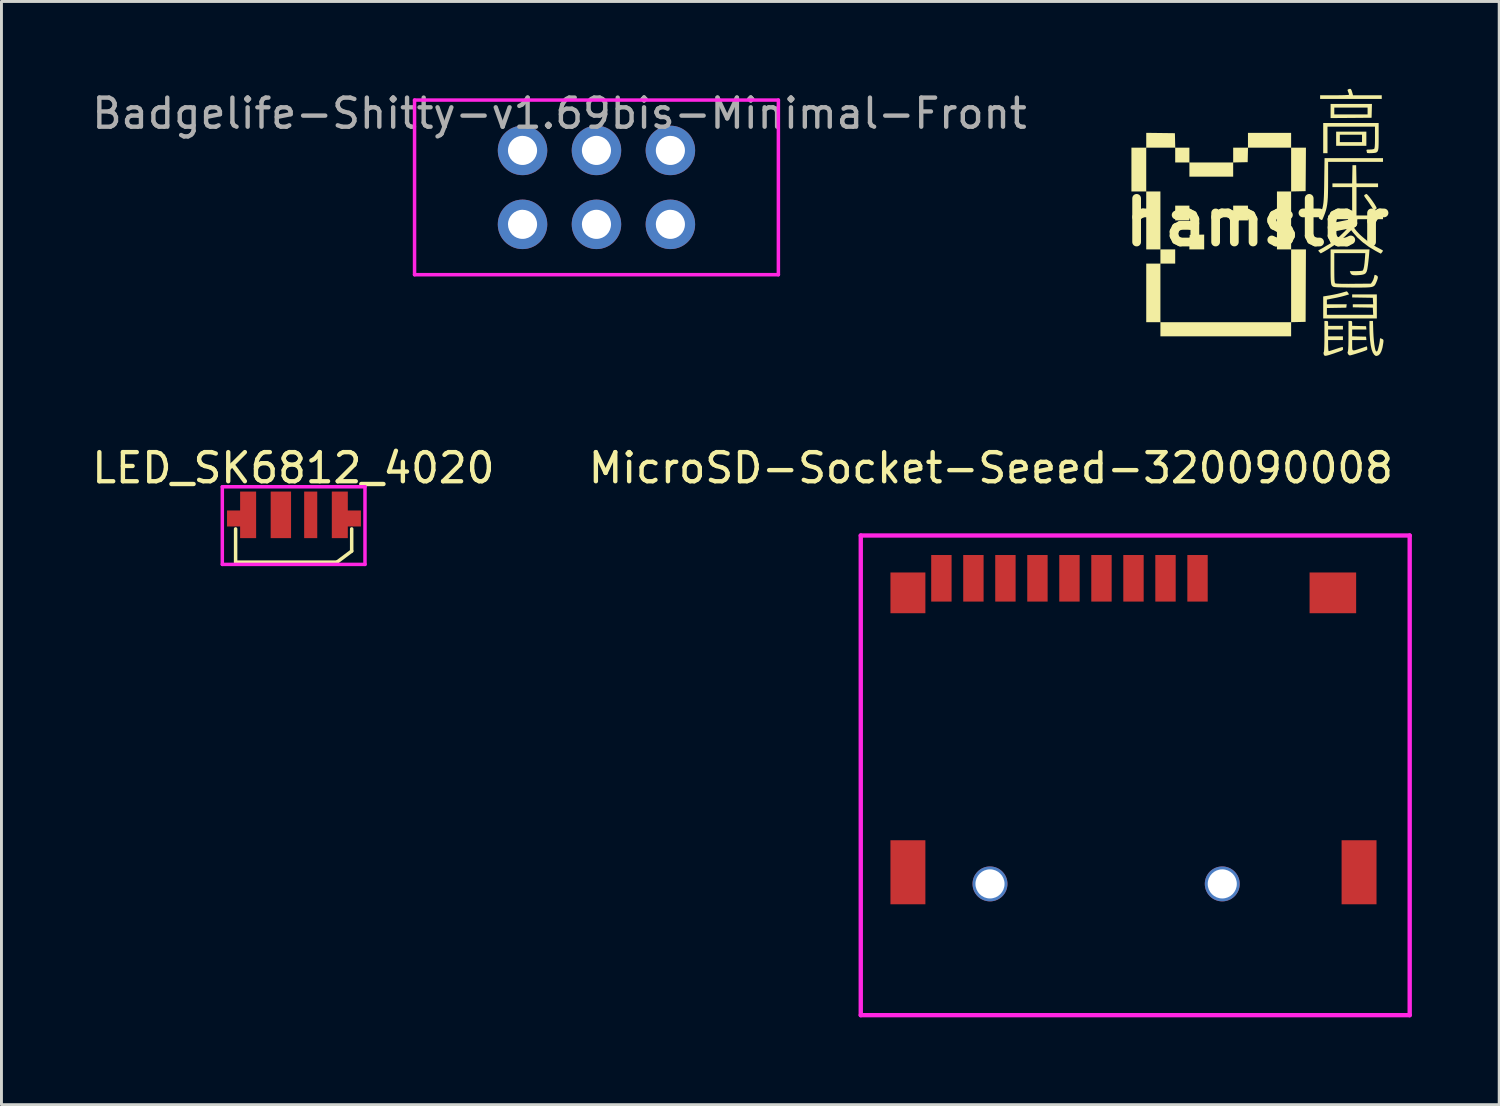
<source format=kicad_pcb>
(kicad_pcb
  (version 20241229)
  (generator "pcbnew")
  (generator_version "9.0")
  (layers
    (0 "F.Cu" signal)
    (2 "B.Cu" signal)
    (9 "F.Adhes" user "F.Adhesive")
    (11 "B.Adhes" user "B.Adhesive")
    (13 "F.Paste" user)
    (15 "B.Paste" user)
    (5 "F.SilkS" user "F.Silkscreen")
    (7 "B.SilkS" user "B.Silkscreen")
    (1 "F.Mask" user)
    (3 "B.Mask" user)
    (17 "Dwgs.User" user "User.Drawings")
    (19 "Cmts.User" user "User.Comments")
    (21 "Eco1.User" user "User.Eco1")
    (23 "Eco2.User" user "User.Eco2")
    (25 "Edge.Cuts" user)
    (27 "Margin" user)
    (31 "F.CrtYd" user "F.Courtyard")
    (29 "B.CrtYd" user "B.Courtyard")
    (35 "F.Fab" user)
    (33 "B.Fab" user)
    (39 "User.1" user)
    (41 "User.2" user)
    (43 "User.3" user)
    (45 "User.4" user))
  (footprint "Badgelife-Shitty-v1.69bis-Minimal-Front"
    (layer "F.Cu")
    (at 17.443 3.388)
    (property "Reference" "Badgelife-Shitty-v1.69bis-Minimal-Front" (at -1.27 -2.54 0) (layer "F.Fab") (effects (font (size 1 1) (thickness 0.15))))
    (attr through_hole)
    (fp_line (start -6.25 -3) (end 6.25 -3) (stroke (width 0.12) (type solid)) (layer "F.CrtYd"))
    (fp_line (start -6.25 3) (end -6.25 -3) (stroke (width 0.12) (type solid)) (layer "F.CrtYd"))
    (fp_line (start -6.25 3) (end 6.25 3) (stroke (width 0.12) (type solid)) (layer "F.CrtYd"))
    (fp_line (start 6.25 3) (end 6.25 -3) (stroke (width 0.12) (type solid)) (layer "F.CrtYd"))
    (pad "1" thru_hole oval (at -2.54 -1.27) (size 1.7 1.7) (drill 1) (layers "*.Cu" "B.Mask"))
    (pad "2" thru_hole oval (at -2.54 1.27) (size 1.7 1.7) (drill 1) (layers "*.Cu" "B.Mask"))
    (pad "3" thru_hole circle (at 0 -1.27) (size 1.7 1.7) (drill 1) (layers "*.Cu" "B.Mask"))
    (pad "4" thru_hole oval (at 0 1.27) (size 1.7 1.7) (drill 1) (layers "*.Cu" "B.Mask"))
    (pad "5" thru_hole circle (at 2.54 -1.27) (size 1.7 1.7) (drill 1) (layers "*.Cu" "B.Mask"))
    (pad "6" thru_hole oval (at 2.54 1.27) (size 1.7 1.7) (drill 1) (layers "*.Cu" "B.Mask")))
  (footprint "MicroSD-Socket-Seeed-320090008"
    (layer "F.Cu")
    (at 35.894 27.319)
    (property "Reference" "MicroSD-Socket-Seeed-320090008" (at -4.9 -14.29 180) (layer "F.SilkS") (effects (font (size 1 1) (thickness 0.15))))
    (attr smd)
    (fp_line (start -9.37 -11.97) (end 9.49 -11.97) (stroke (width 0.15) (type solid)) (layer "F.CrtYd"))
    (fp_line (start -9.37 4.51) (end 9.49 4.51) (stroke (width 0.15) (type solid)) (layer "F.CrtYd"))
    (fp_line (start -9.37 -11.97) (end -9.37 4.51) (stroke (width 0.15) (type solid)) (layer "F.CrtYd"))
    (fp_line (start 9.49 -11.97) (end 9.49 4.51) (stroke (width 0.15) (type solid)) (layer "F.CrtYd"))
    (pad "" np_thru_hole circle (at -4.93 0) (size 1.2 1.2) (drill 1) (layers "*.Cu" "*.Mask"))
    (pad "" np_thru_hole circle (at 3.05 0) (size 1.2 1.2) (drill 1) (layers "*.Cu" "*.Mask"))
    (pad "1" smd rect (at 2.2 -10.5) (size 0.7 1.6) (layers "F.Cu" "F.Mask" "F.Paste"))
    (pad "2" smd rect (at 1.1 -10.5) (size 0.7 1.6) (layers "F.Cu" "F.Mask" "F.Paste"))
    (pad "3" smd rect (at 0 -10.5) (size 0.7 1.6) (layers "F.Cu" "F.Mask" "F.Paste"))
    (pad "4" smd rect (at -1.1 -10.5) (size 0.7 1.6) (layers "F.Cu" "F.Mask" "F.Paste"))
    (pad "5" smd rect (at -2.2 -10.5) (size 0.7 1.6) (layers "F.Cu" "F.Mask" "F.Paste"))
    (pad "6" smd rect (at -3.3 -10.5) (size 0.7 1.6) (layers "F.Cu" "F.Mask" "F.Paste"))
    (pad "7" smd rect (at -4.4 -10.5) (size 0.7 1.6) (layers "F.Cu" "F.Mask" "F.Paste"))
    (pad "8" smd rect (at -5.5 -10.5) (size 0.7 1.6) (layers "F.Cu" "F.Mask" "F.Paste"))
    (pad "9" smd rect (at -6.6 -10.5) (size 0.7 1.6) (layers "F.Cu" "F.Mask" "F.Paste"))
    (pad "10" smd rect (at -7.75 -10) (size 1.2 1.4) (layers "F.Cu" "F.Mask" "F.Paste"))
    (pad "10" smd rect (at -7.75 -0.4) (size 1.2 2.2) (layers "F.Cu" "F.Mask" "F.Paste"))
    (pad "10" smd rect (at 6.85 -10) (size 1.6 1.4) (layers "F.Cu" "F.Mask" "F.Paste"))
    (pad "10" smd rect (at 7.75 -0.4) (size 1.2 2.2) (layers "F.Cu" "F.Mask" "F.Paste")))
  (footprint "LED_SK6812_4020"
    (layer "F.Cu")
    (at 7.075 15.439)
    (property "Reference" "LED_SK6812_4020" (at -0.045 -2.41 0) (layer "F.SilkS") (effects (font (size 1 1) (thickness 0.15))))
    (attr smd)
    (fp_line (start -2.03 0.826) (end -2.03 -0.317) (stroke (width 0.12) (type solid)) (layer "F.SilkS"))
    (fp_line (start 1.45 0.826) (end -2.03 0.826) (stroke (width 0.12) (type solid)) (layer "F.SilkS"))
    (fp_line (start 1.958 -0.317) (end 1.958 0.445) (stroke (width 0.12) (type solid)) (layer "F.SilkS"))
    (fp_line (start 1.958 0.445) (end 1.45 0.826) (stroke (width 0.12) (type default)) (layer "F.SilkS"))
    (fp_line (start -2.487 -1.765) (end -2.487 0.902) (stroke (width 0.12) (type default)) (layer "F.CrtYd"))
    (fp_line (start -2.487 0.902) (end 2.415 0.902) (stroke (width 0.12) (type default)) (layer "F.CrtYd"))
    (fp_line (start 2.415 -1.765) (end -2.487 -1.765) (stroke (width 0.12) (type default)) (layer "F.CrtYd"))
    (fp_line (start 2.415 0.902) (end 2.415 -1.765) (stroke (width 0.12) (type default)) (layer "F.CrtYd"))
    (pad "1" smd custom (at -1.6 -0.8) (size 0.55 1.6) (layers "F.Cu" "F.Mask" "F.Paste") (options (anchor rect)) (primitives (gr_poly (pts (xy 0.275 -0.8) (xy -0.275 -0.8) (xy -0.275 -0.15) (xy -0.725 -0.15) (xy -0.725 0.4) (xy -0.275 0.4) (xy -0.275 0.8) (xy 0.275 0.8)) (width 0) (fill yes))))
    (pad "2" smd rect (at -0.475 -0.8) (size 0.7 1.6) (layers "F.Cu" "F.Mask" "F.Paste"))
    (pad "3" smd rect (at 0.55 -0.8) (size 0.45 1.6) (layers "F.Cu" "F.Mask" "F.Paste"))
    (pad "4" smd custom (at 1.55 -0.8) (size 0.55 1.6) (layers "F.Cu" "F.Mask" "F.Paste") (options (anchor rect)) (primitives (gr_poly (pts (xy -0.275 -0.8) (xy 0.275 -0.8) (xy 0.275 -0.15) (xy 0.725 -0.15) (xy 0.725 0.4) (xy 0.275 0.4) (xy 0.275 0.8) (xy -0.275 0.8)) (width 0) (fill yes)))))
  (footprint "hamster"
    (layer "F.Cu")
    (at 40.145 4.587)
    (property "Reference" "hamster" (at 0 0 0) (layer "F.SilkS") (effects (font (size 1.5 1.5) (thickness 0.3))))
    (attr board_only exclude_from_pos_files exclude_from_bom allow_missing_courtyard)
    (fp_poly (pts (xy -3.326 -0.064) (xy -3.326 0.932) (xy -3.57 0.932) (xy -3.813 0.932) (xy -3.813 -0.064) (xy -3.813 -1.059) (xy -3.57 -1.059) (xy -3.326 -1.059)) (stroke (width 0) (type solid)) (fill yes) (layer "F.SilkS"))
    (fp_poly (pts (xy -2.33 -0.318) (xy -2.33 -0.064) (xy -2.574 -0.064) (xy -2.818 -0.064) (xy -2.818 -0.318) (xy -2.818 -0.572) (xy -2.574 -0.572) (xy -2.33 -0.572)) (stroke (width 0) (type solid)) (fill yes) (layer "F.SilkS"))
    (fp_poly (pts (xy -1.822 0.677) (xy -1.822 0.932) (xy -2.077 0.932) (xy -2.332 0.932) (xy -2.326 0.683) (xy -2.32 0.434) (xy -2.071 0.428) (xy -1.822 0.422)) (stroke (width 0) (type solid)) (fill yes) (layer "F.SilkS"))
    (fp_poly (pts (xy -0.318 -0.318) (xy -0.318 -0.064) (xy -0.572 -0.064) (xy -0.826 -0.064) (xy -0.826 -0.318) (xy -0.826 -0.572) (xy -0.572 -0.572) (xy -0.318 -0.572)) (stroke (width 0) (type solid)) (fill yes) (layer "F.SilkS"))
    (fp_poly (pts (xy 1.669 -1.817) (xy 1.663 -1.07) (xy 1.414 -1.064) (xy 1.165 -1.058) (xy 1.165 -0.063) (xy 1.165 0.932) (xy 0.922 0.932) (xy 0.678 0.932) (xy 0.678 -0.064) (xy 0.678 -1.059) (xy 0.922 -1.059) (xy 1.165 -1.059) (xy 1.165 -1.811) (xy 1.165 -2.563) (xy 1.42 -2.563) (xy 1.674 -2.563)) (stroke (width 0) (type solid)) (fill yes) (layer "F.SilkS"))
    (fp_poly (pts (xy 3.75 -2.87) (xy 3.75 -2.627) (xy 3.231 -2.627) (xy 2.712 -2.627) (xy 2.712 -2.87) (xy 2.712 -3.008) (xy 2.839 -3.008) (xy 2.839 -2.881) (xy 2.839 -2.754) (xy 3.22 -2.754) (xy 3.601 -2.754) (xy 3.601 -2.881) (xy 3.601 -3.008) (xy 3.22 -3.008) (xy 2.839 -3.008) (xy 2.712 -3.008) (xy 2.712 -3.114) (xy 3.231 -3.114) (xy 3.75 -3.114)) (stroke (width 0) (type solid)) (fill yes) (layer "F.SilkS"))
    (fp_poly (pts (xy 3.936 -3.829) (xy 3.93 -3.591) (xy 3.225 -3.585) (xy 2.521 -3.58) (xy 2.521 -3.823) (xy 2.521 -3.94) (xy 2.648 -3.94) (xy 2.648 -3.824) (xy 2.648 -3.707) (xy 3.22 -3.707) (xy 3.792 -3.707) (xy 3.792 -3.824) (xy 3.792 -3.94) (xy 3.22 -3.94) (xy 2.648 -3.94) (xy 2.521 -3.94) (xy 2.521 -4.067) (xy 3.231 -4.067) (xy 3.942 -4.067)) (stroke (width 0) (type solid)) (fill yes) (layer "F.SilkS"))
    (fp_poly (pts (xy 3.777 -0.958) (xy 3.819 -0.913) (xy 3.872 -0.848) (xy 3.931 -0.77) (xy 3.988 -0.689) (xy 4.04 -0.61) (xy 4.079 -0.544) (xy 4.102 -0.497) (xy 4.104 -0.48) (xy 4.082 -0.453) (xy 4.054 -0.43) (xy 4.029 -0.418) (xy 4.008 -0.423) (xy 3.982 -0.451) (xy 3.945 -0.508) (xy 3.933 -0.527) (xy 3.878 -0.611) (xy 3.813 -0.707) (xy 3.756 -0.784) (xy 3.707 -0.851) (xy 3.681 -0.893) (xy 3.674 -0.918) (xy 3.684 -0.936) (xy 3.697 -0.945) (xy 3.734 -0.968) (xy 3.751 -0.974)) (stroke (width 0) (type solid)) (fill yes) (layer "F.SilkS"))
    (fp_poly (pts (xy 3.217 -4.577) (xy 3.24 -4.539) (xy 3.263 -4.468) (xy 3.267 -4.454) (xy 3.292 -4.364) (xy 3.786 -4.364) (xy 4.279 -4.364) (xy 4.279 -4.3) (xy 4.279 -4.237) (xy 3.22 -4.237) (xy 2.161 -4.237) (xy 2.161 -4.3) (xy 2.161 -4.364) (xy 2.659 -4.364) (xy 2.799 -4.365) (xy 2.924 -4.367) (xy 3.027 -4.37) (xy 3.104 -4.374) (xy 3.148 -4.379) (xy 3.156 -4.383) (xy 3.149 -4.413) (xy 3.13 -4.464) (xy 3.124 -4.478) (xy 3.105 -4.528) (xy 3.106 -4.554) (xy 3.131 -4.57) (xy 3.149 -4.577) (xy 3.189 -4.587)) (stroke (width 0) (type solid)) (fill yes) (layer "F.SilkS"))
    (fp_poly (pts (xy -2.818 1.176) (xy -2.818 1.419) (xy -3.072 1.419) (xy -3.326 1.419) (xy -3.326 2.426) (xy -3.326 3.432) (xy -1.08 3.432) (xy 1.165 3.432) (xy 1.165 2.182) (xy 1.165 0.932) (xy 1.42 0.932) (xy 1.674 0.932) (xy 1.668 2.177) (xy 1.663 3.421) (xy 1.414 3.427) (xy 1.165 3.433) (xy 1.165 3.676) (xy 1.165 3.919) (xy -1.08 3.919) (xy -3.326 3.919) (xy -3.326 3.675) (xy -3.326 3.432) (xy -3.57 3.432) (xy -3.813 3.432) (xy -3.813 2.426) (xy -3.813 1.419) (xy -3.57 1.419) (xy -3.326 1.419) (xy -3.326 1.176) (xy -3.326 0.932) (xy -3.072 0.932) (xy -2.818 0.932)) (stroke (width 0) (type solid)) (fill yes) (layer "F.SilkS"))
    (fp_poly (pts (xy 3.406 -1.647) (xy 3.412 -1.335) (xy 3.782 -1.335) (xy 4.152 -1.335) (xy 4.152 -1.271) (xy 4.152 -1.208) (xy 3.781 -1.208) (xy 3.411 -1.208) (xy 3.411 -0.72) (xy 3.411 -0.233) (xy 3.866 -0.233) (xy 4.322 -0.233) (xy 4.322 -0.169) (xy 4.322 -0.106) (xy 3.379 -0.106) (xy 2.436 -0.106) (xy 2.436 -0.169) (xy 2.436 -0.233) (xy 2.849 -0.233) (xy 3.262 -0.233) (xy 3.262 -0.72) (xy 3.262 -1.208) (xy 2.923 -1.208) (xy 2.584 -1.208) (xy 2.584 -1.271) (xy 2.584 -1.335) (xy 2.923 -1.335) (xy 3.261 -1.335) (xy 3.267 -1.647) (xy 3.273 -1.96) (xy 3.337 -1.96) (xy 3.4 -1.96)) (stroke (width 0) (type solid)) (fill yes) (layer "F.SilkS"))
    (fp_poly (pts (xy 4.322 -2.14) (xy 4.322 -2.076) (xy 3.379 -2.076) (xy 2.436 -2.076) (xy 2.436 -1.433) (xy 2.435 -1.207) (xy 2.432 -1.017) (xy 2.427 -0.859) (xy 2.417 -0.725) (xy 2.404 -0.611) (xy 2.386 -0.51) (xy 2.363 -0.417) (xy 2.334 -0.325) (xy 2.307 -0.253) (xy 2.276 -0.175) (xy 2.249 -0.115) (xy 2.231 -0.08) (xy 2.228 -0.076) (xy 2.202 -0.081) (xy 2.163 -0.104) (xy 2.113 -0.142) (xy 2.17 -0.285) (xy 2.201 -0.364) (xy 2.226 -0.437) (xy 2.247 -0.509) (xy 2.263 -0.585) (xy 2.275 -0.671) (xy 2.284 -0.772) (xy 2.291 -0.894) (xy 2.296 -1.041) (xy 2.3 -1.219) (xy 2.303 -1.434) (xy 2.303 -1.456) (xy 2.313 -2.203) (xy 3.317 -2.203) (xy 4.322 -2.203)) (stroke (width 0) (type solid)) (fill yes) (layer "F.SilkS"))
    (fp_poly (pts (xy 4.173 -2.947) (xy 4.173 -2.779) (xy 4.171 -2.648) (xy 4.166 -2.551) (xy 4.154 -2.48) (xy 4.135 -2.433) (xy 4.105 -2.404) (xy 4.064 -2.388) (xy 4.009 -2.381) (xy 3.937 -2.376) (xy 3.932 -2.376) (xy 3.855 -2.374) (xy 3.799 -2.377) (xy 3.771 -2.384) (xy 3.771 -2.386) (xy 3.765 -2.42) (xy 3.757 -2.452) (xy 3.753 -2.479) (xy 3.764 -2.493) (xy 3.799 -2.499) (xy 3.868 -2.5) (xy 3.87 -2.5) (xy 3.942 -2.504) (xy 3.998 -2.514) (xy 4.021 -2.525) (xy 4.031 -2.553) (xy 4.039 -2.613) (xy 4.044 -2.709) (xy 4.046 -2.844) (xy 4.046 -2.917) (xy 4.046 -3.284) (xy 3.231 -3.284) (xy 2.415 -3.284) (xy 2.415 -2.828) (xy 2.415 -2.373) (xy 2.341 -2.373) (xy 2.267 -2.373) (xy 2.267 -2.892) (xy 2.267 -3.411) (xy 3.22 -3.411) (xy 4.173 -3.411)) (stroke (width 0) (type solid)) (fill yes) (layer "F.SilkS"))
    (fp_poly (pts (xy 3.988 3.755) (xy 3.996 3.914) (xy 4.008 4.063) (xy 4.023 4.195) (xy 4.041 4.304) (xy 4.06 4.385) (xy 4.081 4.431) (xy 4.088 4.438) (xy 4.114 4.433) (xy 4.127 4.422) (xy 4.141 4.39) (xy 4.159 4.328) (xy 4.178 4.249) (xy 4.196 4.166) (xy 4.209 4.089) (xy 4.215 4.033) (xy 4.216 4.026) (xy 4.218 3.993) (xy 4.233 3.985) (xy 4.271 3.999) (xy 4.29 4.008) (xy 4.323 4.026) (xy 4.337 4.05) (xy 4.337 4.094) (xy 4.332 4.14) (xy 4.304 4.303) (xy 4.266 4.431) (xy 4.219 4.521) (xy 4.165 4.571) (xy 4.161 4.573) (xy 4.105 4.593) (xy 4.065 4.588) (xy 4.022 4.554) (xy 4.015 4.546) (xy 3.97 4.477) (xy 3.931 4.37) (xy 3.9 4.227) (xy 3.877 4.051) (xy 3.862 3.847) (xy 3.856 3.616) (xy 3.856 3.607) (xy 3.856 3.389) (xy 3.916 3.389) (xy 3.977 3.389)) (stroke (width 0) (type solid)) (fill yes) (layer "F.SilkS"))
    (fp_poly (pts (xy 3.279 0.061) (xy 3.29 0.066) (xy 3.328 0.089) (xy 3.329 0.111) (xy 3.323 0.12) (xy 3.318 0.158) (xy 3.349 0.22) (xy 3.415 0.304) (xy 3.515 0.411) (xy 3.578 0.471) (xy 3.82 0.674) (xy 4.085 0.843) (xy 4.179 0.892) (xy 4.247 0.928) (xy 4.298 0.957) (xy 4.321 0.975) (xy 4.322 0.977) (xy 4.309 1.002) (xy 4.285 1.036) (xy 4.247 1.08) (xy 4.069 0.984) (xy 3.84 0.847) (xy 3.629 0.691) (xy 3.444 0.525) (xy 3.293 0.354) (xy 3.23 0.273) (xy 3.027 0.472) (xy 2.852 0.629) (xy 2.649 0.784) (xy 2.433 0.927) (xy 2.294 1.009) (xy 2.183 1.069) (xy 2.136 1.023) (xy 2.106 0.988) (xy 2.098 0.969) (xy 2.098 0.968) (xy 2.12 0.955) (xy 2.17 0.928) (xy 2.237 0.891) (xy 2.256 0.881) (xy 2.54 0.709) (xy 2.791 0.519) (xy 3.015 0.303) (xy 3.179 0.11) (xy 3.216 0.066) (xy 3.245 0.052)) (stroke (width 0) (type solid)) (fill yes) (layer "F.SilkS"))
    (fp_poly (pts (xy -3.321 -3.067) (xy -2.828 -3.061) (xy -2.822 -2.812) (xy -2.816 -2.563) (xy -2.573 -2.563) (xy -2.33 -2.563) (xy -2.33 -2.309) (xy -2.33 -2.055) (xy -1.578 -2.055) (xy -0.826 -2.055) (xy -0.826 -2.309) (xy -0.826 -2.563) (xy -0.572 -2.563) (xy -0.318 -2.563) (xy -0.318 -2.818) (xy -0.318 -3.072) (xy 0.424 -3.072) (xy 1.165 -3.072) (xy 1.165 -2.818) (xy 1.165 -2.563) (xy 0.424 -2.563) (xy -0.316 -2.563) (xy -0.322 -2.314) (xy -0.328 -2.065) (xy -0.577 -2.06) (xy -0.826 -2.054) (xy -0.826 -1.811) (xy -0.826 -1.568) (xy -1.578 -1.568) (xy -2.33 -1.568) (xy -2.33 -1.811) (xy -2.33 -2.055) (xy -2.574 -2.055) (xy -2.818 -2.055) (xy -2.818 -2.309) (xy -2.818 -2.563) (xy -3.315 -2.563) (xy -3.813 -2.563) (xy -3.813 -1.811) (xy -3.813 -1.059) (xy -4.067 -1.059) (xy -4.322 -1.059) (xy -4.322 -1.811) (xy -4.322 -2.563) (xy -4.067 -2.563) (xy -3.813 -2.563) (xy -3.813 -2.818) (xy -3.813 -3.073)) (stroke (width 0) (type solid)) (fill yes) (layer "F.SilkS"))
    (fp_poly (pts (xy 3.096 2.388) (xy 3.122 2.425) (xy 3.156 2.477) (xy 3.019 2.519) (xy 2.94 2.541) (xy 2.835 2.567) (xy 2.719 2.593) (xy 2.638 2.609) (xy 2.394 2.657) (xy 2.394 2.737) (xy 2.394 2.818) (xy 2.734 2.818) (xy 3.075 2.818) (xy 3.068 2.876) (xy 3.061 2.934) (xy 2.727 2.94) (xy 2.394 2.946) (xy 2.394 3.062) (xy 2.394 3.178) (xy 3.189 3.178) (xy 3.985 3.178) (xy 3.978 3.056) (xy 3.972 2.934) (xy 3.628 2.928) (xy 3.284 2.922) (xy 3.284 2.87) (xy 3.284 2.818) (xy 3.634 2.818) (xy 3.985 2.818) (xy 3.978 2.706) (xy 3.972 2.595) (xy 3.617 2.589) (xy 3.262 2.583) (xy 3.262 2.531) (xy 3.262 2.479) (xy 3.686 2.479) (xy 4.11 2.479) (xy 4.11 2.892) (xy 4.11 3.305) (xy 3.188 3.305) (xy 2.267 3.305) (xy 2.267 2.927) (xy 2.267 2.548) (xy 2.494 2.511) (xy 2.613 2.489) (xy 2.739 2.463) (xy 2.852 2.435) (xy 2.897 2.423) (xy 2.977 2.4) (xy 3.04 2.383) (xy 3.076 2.374) (xy 3.08 2.373)) (stroke (width 0) (type solid)) (fill yes) (layer "F.SilkS"))
    (fp_poly (pts (xy 3.24 3.393) (xy 3.258 3.411) (xy 3.262 3.457) (xy 3.262 3.474) (xy 3.262 3.558) (xy 3.501 3.564) (xy 3.739 3.57) (xy 3.746 3.628) (xy 3.752 3.686) (xy 3.507 3.686) (xy 3.262 3.686) (xy 3.262 3.802) (xy 3.262 3.918) (xy 3.501 3.924) (xy 3.739 3.93) (xy 3.746 3.988) (xy 3.752 4.046) (xy 3.507 4.046) (xy 3.262 4.046) (xy 3.262 4.226) (xy 3.263 4.307) (xy 3.267 4.362) (xy 3.282 4.393) (xy 3.314 4.403) (xy 3.369 4.394) (xy 3.453 4.368) (xy 3.553 4.334) (xy 3.767 4.262) (xy 3.781 4.316) (xy 3.782 4.368) (xy 3.767 4.388) (xy 3.733 4.403) (xy 3.668 4.427) (xy 3.583 4.456) (xy 3.487 4.487) (xy 3.39 4.518) (xy 3.301 4.545) (xy 3.23 4.565) (xy 3.186 4.575) (xy 3.18 4.576) (xy 3.145 4.558) (xy 3.116 4.52) (xy 3.102 4.467) (xy 3.113 4.441) (xy 3.121 4.412) (xy 3.127 4.342) (xy 3.132 4.234) (xy 3.134 4.088) (xy 3.135 3.908) (xy 3.135 3.904) (xy 3.135 3.389) (xy 3.199 3.389)) (stroke (width 0) (type solid)) (fill yes) (layer "F.SilkS"))
    (fp_poly (pts (xy 2.413 3.393) (xy 2.432 3.411) (xy 2.436 3.456) (xy 2.436 3.474) (xy 2.436 3.559) (xy 2.69 3.559) (xy 2.945 3.559) (xy 2.945 3.623) (xy 2.945 3.686) (xy 2.69 3.686) (xy 2.436 3.686) (xy 2.436 3.803) (xy 2.436 3.919) (xy 2.69 3.919) (xy 2.945 3.919) (xy 2.945 3.983) (xy 2.945 4.046) (xy 2.69 4.046) (xy 2.436 4.046) (xy 2.436 4.237) (xy 2.439 4.34) (xy 2.446 4.402) (xy 2.458 4.427) (xy 2.461 4.428) (xy 2.49 4.421) (xy 2.55 4.403) (xy 2.631 4.377) (xy 2.707 4.352) (xy 2.796 4.322) (xy 2.87 4.3) (xy 2.919 4.286) (xy 2.936 4.284) (xy 2.944 4.309) (xy 2.949 4.344) (xy 2.949 4.366) (xy 2.939 4.385) (xy 2.911 4.404) (xy 2.861 4.426) (xy 2.781 4.455) (xy 2.7 4.483) (xy 2.567 4.528) (xy 2.468 4.561) (xy 2.398 4.58) (xy 2.351 4.588) (xy 2.321 4.586) (xy 2.303 4.573) (xy 2.291 4.551) (xy 2.287 4.542) (xy 2.276 4.487) (xy 2.287 4.462) (xy 2.295 4.433) (xy 2.301 4.364) (xy 2.305 4.257) (xy 2.308 4.114) (xy 2.309 3.938) (xy 2.309 3.915) (xy 2.309 3.389) (xy 2.373 3.389)) (stroke (width 0) (type solid)) (fill yes) (layer "F.SilkS"))
    (fp_poly (pts (xy 3.844 1.107) (xy 3.835 1.211) (xy 3.821 1.335) (xy 3.807 1.457) (xy 3.802 1.491) (xy 3.783 1.611) (xy 3.76 1.695) (xy 3.727 1.751) (xy 3.676 1.785) (xy 3.602 1.804) (xy 3.502 1.815) (xy 3.387 1.821) (xy 3.307 1.817) (xy 3.254 1.803) (xy 3.221 1.775) (xy 3.203 1.74) (xy 3.181 1.678) (xy 3.393 1.678) (xy 3.485 1.676) (xy 3.561 1.671) (xy 3.612 1.663) (xy 3.626 1.657) (xy 3.65 1.61) (xy 3.671 1.523) (xy 3.688 1.395) (xy 3.699 1.266) (xy 3.714 1.059) (xy 3.181 1.059) (xy 2.648 1.059) (xy 2.648 1.565) (xy 2.649 1.732) (xy 2.65 1.86) (xy 2.653 1.956) (xy 2.658 2.023) (xy 2.664 2.066) (xy 2.672 2.089) (xy 2.677 2.095) (xy 2.702 2.103) (xy 2.758 2.108) (xy 2.848 2.112) (xy 2.973 2.114) (xy 3.136 2.115) (xy 3.306 2.113) (xy 3.907 2.108) (xy 3.954 2.038) (xy 3.989 1.969) (xy 4.013 1.891) (xy 4.015 1.885) (xy 4.025 1.828) (xy 4.037 1.806) (xy 4.063 1.81) (xy 4.1 1.826) (xy 4.133 1.849) (xy 4.146 1.883) (xy 4.139 1.935) (xy 4.113 2.013) (xy 4.087 2.075) (xy 4.066 2.121) (xy 4.044 2.158) (xy 4.017 2.187) (xy 3.979 2.209) (xy 3.927 2.224) (xy 3.855 2.234) (xy 3.759 2.24) (xy 3.633 2.243) (xy 3.475 2.244) (xy 3.302 2.244) (xy 3.143 2.242) (xy 2.995 2.24) (xy 2.865 2.237) (xy 2.758 2.233) (xy 2.68 2.228) (xy 2.638 2.223) (xy 2.636 2.223) (xy 2.604 2.211) (xy 2.579 2.195) (xy 2.559 2.169) (xy 2.544 2.128) (xy 2.534 2.069) (xy 2.527 1.986) (xy 2.523 1.876) (xy 2.521 1.733) (xy 2.521 1.553) (xy 2.521 1.514) (xy 2.521 0.932) (xy 3.19 0.932) (xy 3.858 0.932)) (stroke (width 0) (type solid)) (fill yes) (layer "F.SilkS")))
  (gr_rect
    (start -3 -3)
    (end 48.459 34.904)
    (stroke (width 0.1) (type default))
    (fill no)
    (layer "Edge.Cuts")))
</source>
